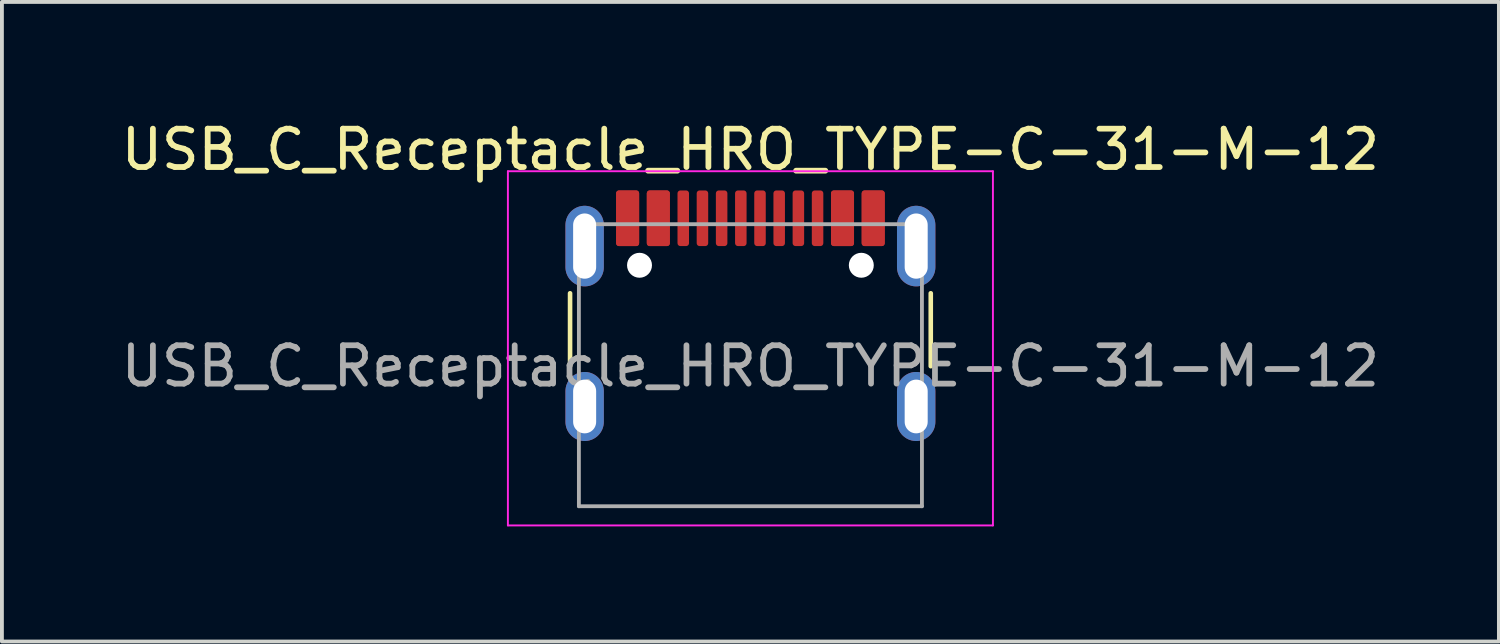
<source format=kicad_pcb>
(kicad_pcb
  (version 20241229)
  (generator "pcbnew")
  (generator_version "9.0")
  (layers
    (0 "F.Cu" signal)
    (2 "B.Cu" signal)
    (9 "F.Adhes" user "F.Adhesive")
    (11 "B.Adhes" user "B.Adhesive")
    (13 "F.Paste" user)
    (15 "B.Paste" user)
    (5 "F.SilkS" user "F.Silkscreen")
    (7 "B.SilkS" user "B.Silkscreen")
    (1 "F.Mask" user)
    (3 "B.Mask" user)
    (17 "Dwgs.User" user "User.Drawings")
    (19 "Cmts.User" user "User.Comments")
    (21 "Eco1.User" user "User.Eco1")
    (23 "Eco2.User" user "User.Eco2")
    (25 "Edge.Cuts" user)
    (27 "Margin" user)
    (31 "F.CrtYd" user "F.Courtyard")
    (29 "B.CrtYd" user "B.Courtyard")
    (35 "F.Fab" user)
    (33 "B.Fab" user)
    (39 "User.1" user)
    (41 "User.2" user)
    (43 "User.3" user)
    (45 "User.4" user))
  (footprint "USB_C_Receptacle_HRO_TYPE-C-31-M-12"
    (layer "F.Cu")
    (at 16.506 6.493)
    (property "Reference" "USB_C_Receptacle_HRO_TYPE-C-31-M-12" (at 0 -5.645 0) (layer "F.SilkS") (effects (font (size 1 1) (thickness 0.15))))
    (attr smd)
    (fp_line (start -4.7 -1.9) (end -4.7 0) (stroke (width 0.12) (type solid)) (layer "F.SilkS"))
    (fp_line (start 4.7 -1.9) (end 4.7 0) (stroke (width 0.12) (type solid)) (layer "F.SilkS"))
    (fp_line (start -6.32 -5.08) (end -6.32 4.15) (stroke (width 0.05) (type solid)) (layer "F.CrtYd"))
    (fp_line (start -6.32 -5.08) (end 6.32 -5.08) (stroke (width 0.05) (type solid)) (layer "F.CrtYd"))
    (fp_line (start -6.32 4.15) (end 6.32 4.15) (stroke (width 0.05) (type solid)) (layer "F.CrtYd"))
    (fp_line (start 6.32 -5.08) (end 6.32 4.15) (stroke (width 0.05) (type solid)) (layer "F.CrtYd"))
    (fp_line (start -4.47 -3.7) (end -4.47 3.65) (stroke (width 0.1) (type solid)) (layer "F.Fab"))
    (fp_line (start -4.47 -3.7) (end 4.47 -3.7) (stroke (width 0.1) (type solid)) (layer "F.Fab"))
    (fp_line (start -4.47 3.65) (end 4.47 3.65) (stroke (width 0.1) (type solid)) (layer "F.Fab"))
    (fp_line (start 4.47 -3.7) (end 4.47 3.65) (stroke (width 0.1) (type solid)) (layer "F.Fab"))
    (fp_text user "${REFERENCE}" (at 0 0 0) (layer "F.Fab") (effects (font (size 1 1) (thickness 0.15))))
    (pad "" smd roundrect (at -4.82 -2.58) (size 2 4) (layers "F.Paste") (roundrect_rratio 0.1))
    (pad "" smd roundrect (at -4.82 1.4) (size 2 3.3) (layers "F.Paste") (roundrect_rratio 0.1))
    (pad "" np_thru_hole circle (at -2.89 -2.63) (size 0.65 0.65) (drill 0.65) (layers "*.Cu" "*.Mask"))
    (pad "" np_thru_hole circle (at 2.89 -2.63) (size 0.65 0.65) (drill 0.65) (layers "*.Cu" "*.Mask"))
    (pad "" smd roundrect (at 4.82 -2.58) (size 2 4) (layers "F.Paste") (roundrect_rratio 0.1))
    (pad "" smd roundrect (at 4.82 1.4) (size 2 3.3) (layers "F.Paste") (roundrect_rratio 0.1))
    (pad "A1" smd roundrect (at -3.2 -3.855) (size 0.6 1.45) (layers "F.Cu" "F.Mask" "F.Paste") (roundrect_rratio 0.125))
    (pad "A4" smd roundrect (at -2.4 -3.855) (size 0.6 1.45) (layers "F.Cu" "F.Mask" "F.Paste") (roundrect_rratio 0.125))
    (pad "A5" smd roundrect (at -1.25 -3.855) (size 0.3 1.45) (layers "F.Cu" "F.Mask" "F.Paste") (roundrect_rratio 0.25))
    (pad "A6" smd roundrect (at -0.25 -3.855) (size 0.3 1.45) (layers "F.Cu" "F.Mask" "F.Paste") (roundrect_rratio 0.25))
    (pad "A7" smd roundrect (at 0.25 -3.855) (size 0.3 1.45) (layers "F.Cu" "F.Mask" "F.Paste") (roundrect_rratio 0.25))
    (pad "A8" smd roundrect (at 1.25 -3.855) (size 0.3 1.45) (layers "F.Cu" "F.Mask" "F.Paste") (roundrect_rratio 0.25))
    (pad "A9" smd roundrect (at 2.4 -3.855) (size 0.6 1.45) (layers "F.Cu" "F.Mask" "F.Paste") (roundrect_rratio 0.125))
    (pad "A12" smd roundrect (at 3.2 -3.855) (size 0.6 1.45) (layers "F.Cu" "F.Mask" "F.Paste") (roundrect_rratio 0.125))
    (pad "B1" smd roundrect (at 3.2 -3.855) (size 0.6 1.45) (layers "F.Cu" "F.Mask" "F.Paste") (roundrect_rratio 0.125))
    (pad "B4" smd roundrect (at 2.4 -3.855) (size 0.6 1.45) (layers "F.Cu" "F.Mask" "F.Paste") (roundrect_rratio 0.125))
    (pad "B5" smd roundrect (at 1.75 -3.855) (size 0.3 1.45) (layers "F.Cu" "F.Mask" "F.Paste") (roundrect_rratio 0.25))
    (pad "B6" smd roundrect (at 0.75 -3.855) (size 0.3 1.45) (layers "F.Cu" "F.Mask" "F.Paste") (roundrect_rratio 0.25))
    (pad "B7" smd roundrect (at -0.75 -3.855) (size 0.3 1.45) (layers "F.Cu" "F.Mask" "F.Paste") (roundrect_rratio 0.25))
    (pad "B8" smd roundrect (at -1.75 -3.855) (size 0.3 1.45) (layers "F.Cu" "F.Mask" "F.Paste") (roundrect_rratio 0.25))
    (pad "B9" smd roundrect (at -2.4 -3.855) (size 0.6 1.45) (layers "F.Cu" "F.Mask" "F.Paste") (roundrect_rratio 0.125))
    (pad "B12" smd roundrect (at -3.2 -3.855) (size 0.6 1.45) (layers "F.Cu" "F.Mask" "F.Paste") (roundrect_rratio 0.125))
    (pad "S1" thru_hole oval (at -4.32 -3.13) (size 1 2.1) (drill oval 0.6 1.7) (layers "*.Cu" "*.Mask"))
    (pad "S1" thru_hole oval (at -4.32 1.05) (size 1 1.8) (drill oval 0.6 1.4) (layers "*.Cu" "*.Mask"))
    (pad "S1" thru_hole oval (at 4.32 -3.13) (size 1 2.1) (drill oval 0.6 1.7) (layers "*.Cu" "*.Mask"))
    (pad "S1" thru_hole oval (at 4.32 1.05) (size 1 1.8) (drill oval 0.6 1.4) (layers "*.Cu" "*.Mask")))
  (gr_rect
    (start -3 -3)
    (end 36.012 13.668)
    (stroke (width 0.1) (type default))
    (fill no)
    (layer "Edge.Cuts")))
</source>
